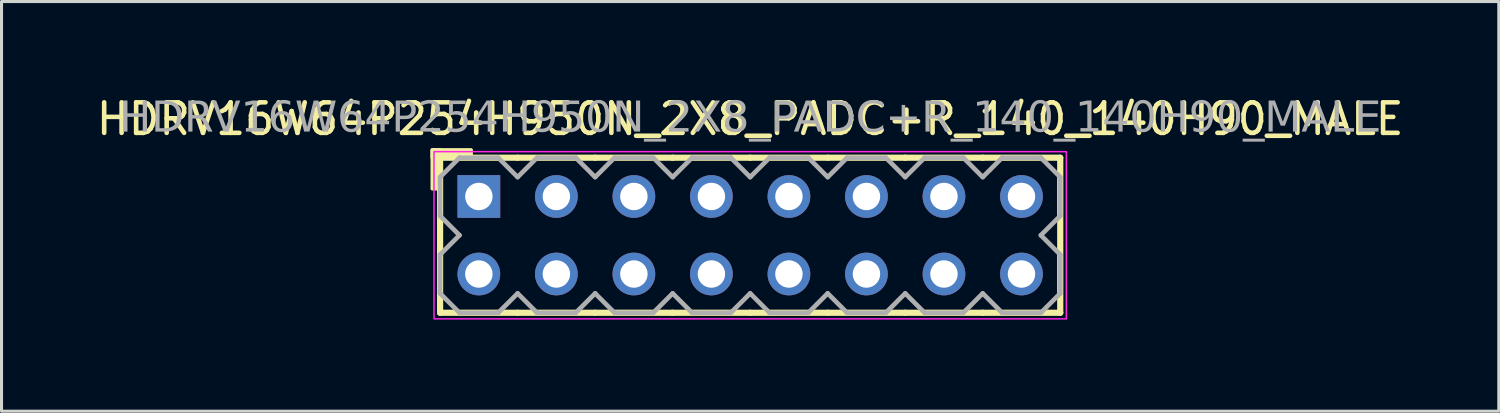
<source format=kicad_pcb>
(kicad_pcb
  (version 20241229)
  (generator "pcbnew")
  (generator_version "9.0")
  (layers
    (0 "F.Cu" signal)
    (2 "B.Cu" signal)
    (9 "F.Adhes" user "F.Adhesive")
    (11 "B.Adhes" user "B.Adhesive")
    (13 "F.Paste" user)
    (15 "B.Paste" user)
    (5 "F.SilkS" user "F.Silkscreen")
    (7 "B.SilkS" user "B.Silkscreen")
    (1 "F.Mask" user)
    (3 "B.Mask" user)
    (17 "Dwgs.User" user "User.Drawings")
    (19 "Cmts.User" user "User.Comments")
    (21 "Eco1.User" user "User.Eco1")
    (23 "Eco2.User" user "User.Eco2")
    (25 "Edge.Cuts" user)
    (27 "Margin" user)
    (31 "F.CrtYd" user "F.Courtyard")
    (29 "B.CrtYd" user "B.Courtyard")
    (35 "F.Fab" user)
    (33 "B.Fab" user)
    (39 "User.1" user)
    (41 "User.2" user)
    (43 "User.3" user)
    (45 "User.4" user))
  (footprint "HDRV16W64P254H950N_2X8_PADC+R_140_140H90_MALE"
    (layer "F.Cu")
    (at 21.53 4.658)
    (property "Reference" "HDRV16W64P254H950N_2X8_PADC+R_140_140H90_MALE" (at 0 -3.81 0) (layer "F.SilkS") (effects (font (size 1 1) (thickness 0.15))))
    (attr through_hole)
    (fp_line (start -10.16 2.54) (end -10.16 -2.54) (stroke (width 0.203) (type solid)) (layer "F.SilkS"))
    (fp_line (start -7.62 -2.54) (end -10.16 -2.54) (stroke (width 0.203) (type solid)) (layer "F.SilkS"))
    (fp_line (start -7.62 2.54) (end -10.16 2.54) (stroke (width 0.203) (type solid)) (layer "F.SilkS"))
    (fp_line (start -5.08 -2.54) (end -7.62 -2.54) (stroke (width 0.203) (type solid)) (layer "F.SilkS"))
    (fp_line (start -5.08 2.54) (end -7.62 2.54) (stroke (width 0.203) (type solid)) (layer "F.SilkS"))
    (fp_line (start -2.54 -2.54) (end -5.08 -2.54) (stroke (width 0.203) (type solid)) (layer "F.SilkS"))
    (fp_line (start -2.54 2.54) (end -5.08 2.54) (stroke (width 0.203) (type solid)) (layer "F.SilkS"))
    (fp_line (start 0 -2.54) (end -2.54 -2.54) (stroke (width 0.203) (type solid)) (layer "F.SilkS"))
    (fp_line (start 0 2.54) (end -2.54 2.54) (stroke (width 0.203) (type solid)) (layer "F.SilkS"))
    (fp_line (start 2.54 -2.54) (end 0 -2.54) (stroke (width 0.203) (type solid)) (layer "F.SilkS"))
    (fp_line (start 2.54 2.54) (end 0 2.54) (stroke (width 0.203) (type solid)) (layer "F.SilkS"))
    (fp_line (start 5.08 -2.54) (end 2.54 -2.54) (stroke (width 0.203) (type solid)) (layer "F.SilkS"))
    (fp_line (start 5.08 2.54) (end 2.54 2.54) (stroke (width 0.203) (type solid)) (layer "F.SilkS"))
    (fp_line (start 7.62 -2.54) (end 5.08 -2.54) (stroke (width 0.203) (type solid)) (layer "F.SilkS"))
    (fp_line (start 7.62 2.54) (end 5.08 2.54) (stroke (width 0.203) (type solid)) (layer "F.SilkS"))
    (fp_line (start 10.16 -2.54) (end 7.62 -2.54) (stroke (width 0.203) (type solid)) (layer "F.SilkS"))
    (fp_line (start 10.16 2.54) (end 7.62 2.54) (stroke (width 0.203) (type solid)) (layer "F.SilkS"))
    (fp_line (start 10.16 2.54) (end 10.16 -2.54) (stroke (width 0.203) (type solid)) (layer "F.SilkS"))
    (fp_rect (start -10.414 -1.524) (end -10.16 -2.794) (stroke (width 0.12) (type solid)) (fill yes) (layer "F.SilkS"))
    (fp_rect (start -9.144 -2.54) (end -10.414 -2.794) (stroke (width 0.12) (type solid)) (fill yes) (layer "F.SilkS"))
    (fp_rect (start -10.36 -2.74) (end 10.36 2.74) (stroke (width 0.05) (type default)) (fill no) (layer "F.CrtYd"))
    (fp_line (start -10.16 -1.905) (end -10.16 -0.635) (stroke (width 0.152) (type solid)) (layer "F.Fab"))
    (fp_line (start -10.16 -1.905) (end -9.525 -2.54) (stroke (width 0.152) (type solid)) (layer "F.Fab"))
    (fp_line (start -10.16 0.635) (end -10.16 1.905) (stroke (width 0.152) (type solid)) (layer "F.Fab"))
    (fp_line (start -9.525 -2.54) (end -8.255 -2.54) (stroke (width 0.152) (type solid)) (layer "F.Fab"))
    (fp_line (start -9.525 0) (end -10.16 -0.635) (stroke (width 0.152) (type solid)) (layer "F.Fab"))
    (fp_line (start -9.525 0) (end -10.16 0.635) (stroke (width 0.152) (type solid)) (layer "F.Fab"))
    (fp_line (start -9.525 2.54) (end -10.16 1.905) (stroke (width 0.152) (type solid)) (layer "F.Fab"))
    (fp_line (start -8.255 -2.54) (end -7.62 -1.905) (stroke (width 0.152) (type solid)) (layer "F.Fab"))
    (fp_line (start -8.255 2.54) (end -9.525 2.54) (stroke (width 0.152) (type solid)) (layer "F.Fab"))
    (fp_line (start -7.62 -1.905) (end -6.985 -2.54) (stroke (width 0.152) (type solid)) (layer "F.Fab"))
    (fp_line (start -7.62 1.905) (end -8.255 2.54) (stroke (width 0.152) (type solid)) (layer "F.Fab"))
    (fp_line (start -6.985 -2.54) (end -5.715 -2.54) (stroke (width 0.152) (type solid)) (layer "F.Fab"))
    (fp_line (start -6.985 2.54) (end -7.62 1.905) (stroke (width 0.152) (type solid)) (layer "F.Fab"))
    (fp_line (start -5.715 -2.54) (end -5.08 -1.905) (stroke (width 0.152) (type solid)) (layer "F.Fab"))
    (fp_line (start -5.715 2.54) (end -6.985 2.54) (stroke (width 0.152) (type solid)) (layer "F.Fab"))
    (fp_line (start -5.08 -1.905) (end -4.445 -2.54) (stroke (width 0.152) (type solid)) (layer "F.Fab"))
    (fp_line (start -5.08 1.905) (end -5.715 2.54) (stroke (width 0.152) (type solid)) (layer "F.Fab"))
    (fp_line (start -4.445 -2.54) (end -3.175 -2.54) (stroke (width 0.152) (type solid)) (layer "F.Fab"))
    (fp_line (start -4.445 2.54) (end -5.08 1.905) (stroke (width 0.152) (type solid)) (layer "F.Fab"))
    (fp_line (start -3.175 -2.54) (end -2.54 -1.905) (stroke (width 0.152) (type solid)) (layer "F.Fab"))
    (fp_line (start -3.175 2.54) (end -4.445 2.54) (stroke (width 0.152) (type solid)) (layer "F.Fab"))
    (fp_line (start -2.54 -1.905) (end -1.905 -2.54) (stroke (width 0.152) (type solid)) (layer "F.Fab"))
    (fp_line (start -2.54 1.905) (end -3.175 2.54) (stroke (width 0.152) (type solid)) (layer "F.Fab"))
    (fp_line (start -1.905 -2.54) (end -0.635 -2.54) (stroke (width 0.152) (type solid)) (layer "F.Fab"))
    (fp_line (start -1.905 2.54) (end -2.54 1.905) (stroke (width 0.152) (type solid)) (layer "F.Fab"))
    (fp_line (start -0.635 -2.54) (end 0 -1.905) (stroke (width 0.152) (type solid)) (layer "F.Fab"))
    (fp_line (start -0.635 2.54) (end -1.905 2.54) (stroke (width 0.152) (type solid)) (layer "F.Fab"))
    (fp_line (start 0 -1.905) (end 0.635 -2.54) (stroke (width 0.152) (type solid)) (layer "F.Fab"))
    (fp_line (start 0 1.905) (end -0.635 2.54) (stroke (width 0.152) (type solid)) (layer "F.Fab"))
    (fp_line (start 0.635 -2.54) (end 1.905 -2.54) (stroke (width 0.152) (type solid)) (layer "F.Fab"))
    (fp_line (start 0.635 2.54) (end 0 1.905) (stroke (width 0.152) (type solid)) (layer "F.Fab"))
    (fp_line (start 1.905 -2.54) (end 2.54 -1.905) (stroke (width 0.152) (type solid)) (layer "F.Fab"))
    (fp_line (start 1.905 2.54) (end 0.635 2.54) (stroke (width 0.152) (type solid)) (layer "F.Fab"))
    (fp_line (start 2.54 -1.905) (end 3.175 -2.54) (stroke (width 0.152) (type solid)) (layer "F.Fab"))
    (fp_line (start 2.54 1.905) (end 1.905 2.54) (stroke (width 0.152) (type solid)) (layer "F.Fab"))
    (fp_line (start 3.175 -2.54) (end 4.445 -2.54) (stroke (width 0.152) (type solid)) (layer "F.Fab"))
    (fp_line (start 3.175 2.54) (end 2.54 1.905) (stroke (width 0.152) (type solid)) (layer "F.Fab"))
    (fp_line (start 4.445 -2.54) (end 5.08 -1.905) (stroke (width 0.152) (type solid)) (layer "F.Fab"))
    (fp_line (start 4.445 2.54) (end 3.175 2.54) (stroke (width 0.152) (type solid)) (layer "F.Fab"))
    (fp_line (start 5.08 -1.905) (end 5.715 -2.54) (stroke (width 0.152) (type solid)) (layer "F.Fab"))
    (fp_line (start 5.08 1.905) (end 4.445 2.54) (stroke (width 0.152) (type solid)) (layer "F.Fab"))
    (fp_line (start 5.715 -2.54) (end 6.985 -2.54) (stroke (width 0.152) (type solid)) (layer "F.Fab"))
    (fp_line (start 5.715 2.54) (end 5.08 1.905) (stroke (width 0.152) (type solid)) (layer "F.Fab"))
    (fp_line (start 6.985 -2.54) (end 7.62 -1.905) (stroke (width 0.152) (type solid)) (layer "F.Fab"))
    (fp_line (start 6.985 2.54) (end 5.715 2.54) (stroke (width 0.152) (type solid)) (layer "F.Fab"))
    (fp_line (start 7.62 -1.905) (end 8.255 -2.54) (stroke (width 0.152) (type solid)) (layer "F.Fab"))
    (fp_line (start 7.62 1.905) (end 6.985 2.54) (stroke (width 0.152) (type solid)) (layer "F.Fab"))
    (fp_line (start 8.255 -2.54) (end 9.525 -2.54) (stroke (width 0.152) (type solid)) (layer "F.Fab"))
    (fp_line (start 8.255 2.54) (end 7.62 1.905) (stroke (width 0.152) (type solid)) (layer "F.Fab"))
    (fp_line (start 9.525 -2.54) (end 10.16 -1.905) (stroke (width 0.152) (type solid)) (layer "F.Fab"))
    (fp_line (start 9.525 0) (end 10.16 0.635) (stroke (width 0.152) (type solid)) (layer "F.Fab"))
    (fp_line (start 9.525 2.54) (end 8.255 2.54) (stroke (width 0.152) (type solid)) (layer "F.Fab"))
    (fp_line (start 10.16 -1.905) (end 10.16 -0.635) (stroke (width 0.152) (type solid)) (layer "F.Fab"))
    (fp_line (start 10.16 -0.635) (end 9.525 0) (stroke (width 0.152) (type solid)) (layer "F.Fab"))
    (fp_line (start 10.16 0.635) (end 10.16 1.905) (stroke (width 0.152) (type solid)) (layer "F.Fab"))
    (fp_line (start 10.16 1.905) (end 9.525 2.54) (stroke (width 0.152) (type solid)) (layer "F.Fab"))
    (fp_rect (start -8.636 -1.524) (end -9.144 -1.016) (stroke (width 0.152) (type solid)) (fill no) (layer "F.Fab"))
    (fp_rect (start -8.636 1.016) (end -9.144 1.524) (stroke (width 0.152) (type solid)) (fill no) (layer "F.Fab"))
    (fp_rect (start -6.096 -1.524) (end -6.604 -1.016) (stroke (width 0.152) (type solid)) (fill no) (layer "F.Fab"))
    (fp_rect (start -6.096 1.016) (end -6.604 1.524) (stroke (width 0.152) (type solid)) (fill no) (layer "F.Fab"))
    (fp_rect (start -3.556 -1.524) (end -4.064 -1.016) (stroke (width 0.152) (type solid)) (fill no) (layer "F.Fab"))
    (fp_rect (start -3.556 1.016) (end -4.064 1.524) (stroke (width 0.152) (type solid)) (fill no) (layer "F.Fab"))
    (fp_rect (start -1.016 -1.524) (end -1.524 -1.016) (stroke (width 0.152) (type solid)) (fill no) (layer "F.Fab"))
    (fp_rect (start -1.016 1.016) (end -1.524 1.524) (stroke (width 0.152) (type solid)) (fill no) (layer "F.Fab"))
    (fp_rect (start 1.524 -1.524) (end 1.016 -1.016) (stroke (width 0.152) (type solid)) (fill no) (layer "F.Fab"))
    (fp_rect (start 1.524 1.016) (end 1.016 1.524) (stroke (width 0.152) (type solid)) (fill no) (layer "F.Fab"))
    (fp_rect (start 4.064 -1.524) (end 3.556 -1.016) (stroke (width 0.152) (type solid)) (fill no) (layer "F.Fab"))
    (fp_rect (start 4.064 1.016) (end 3.556 1.524) (stroke (width 0.152) (type solid)) (fill no) (layer "F.Fab"))
    (fp_rect (start 6.604 -1.524) (end 6.096 -1.016) (stroke (width 0.152) (type solid)) (fill no) (layer "F.Fab"))
    (fp_rect (start 6.604 1.016) (end 6.096 1.524) (stroke (width 0.152) (type solid)) (fill no) (layer "F.Fab"))
    (fp_rect (start 9.144 -1.524) (end 8.636 -1.016) (stroke (width 0.152) (type solid)) (fill no) (layer "F.Fab"))
    (fp_rect (start 9.144 1.016) (end 8.636 1.524) (stroke (width 0.152) (type solid)) (fill no) (layer "F.Fab"))
    (fp_text user "${REFERENCE}" (at 0 -3.81 0) (layer "F.Fab") (effects (font (face "Tahoma") (size 1 1) (thickness 0.15))))
    (pad "1" thru_hole rect (at -8.89 -1.27) (size 1.4 1.4) (drill 0.9) (layers "*.Cu" "*.Mask"))
    (pad "2" thru_hole circle (at -8.89 1.27) (size 1.4 1.4) (drill 0.9) (layers "*.Cu" "*.Mask"))
    (pad "3" thru_hole circle (at -6.35 -1.27) (size 1.4 1.4) (drill 0.9) (layers "*.Cu" "*.Mask"))
    (pad "4" thru_hole circle (at -6.35 1.27) (size 1.4 1.4) (drill 0.9) (layers "*.Cu" "*.Mask"))
    (pad "5" thru_hole circle (at -3.81 -1.27) (size 1.4 1.4) (drill 0.9) (layers "*.Cu" "*.Mask"))
    (pad "6" thru_hole circle (at -3.81 1.27) (size 1.4 1.4) (drill 0.9) (layers "*.Cu" "*.Mask"))
    (pad "7" thru_hole circle (at -1.27 -1.27) (size 1.4 1.4) (drill 0.9) (layers "*.Cu" "*.Mask"))
    (pad "8" thru_hole circle (at -1.27 1.27) (size 1.4 1.4) (drill 0.9) (layers "*.Cu" "*.Mask"))
    (pad "9" thru_hole circle (at 1.27 -1.27) (size 1.4 1.4) (drill 0.9) (layers "*.Cu" "*.Mask"))
    (pad "10" thru_hole circle (at 1.27 1.27) (size 1.4 1.4) (drill 0.9) (layers "*.Cu" "*.Mask"))
    (pad "11" thru_hole circle (at 3.81 -1.27) (size 1.4 1.4) (drill 0.9) (layers "*.Cu" "*.Mask"))
    (pad "12" thru_hole circle (at 3.81 1.27) (size 1.4 1.4) (drill 0.9) (layers "*.Cu" "*.Mask"))
    (pad "13" thru_hole circle (at 6.35 -1.27) (size 1.4 1.4) (drill 0.9) (layers "*.Cu" "*.Mask"))
    (pad "14" thru_hole circle (at 6.35 1.27) (size 1.4 1.4) (drill 0.9) (layers "*.Cu" "*.Mask"))
    (pad "15" thru_hole circle (at 8.89 -1.27) (size 1.4 1.4) (drill 0.9) (layers "*.Cu" "*.Mask"))
    (pad "16" thru_hole circle (at 8.89 1.27) (size 1.4 1.4) (drill 0.9) (layers "*.Cu" "*.Mask")))
  (gr_rect
    (start -3 -3)
    (end 46.06 10.423)
    (stroke (width 0.1) (type default))
    (fill no)
    (layer "Edge.Cuts")))
</source>
